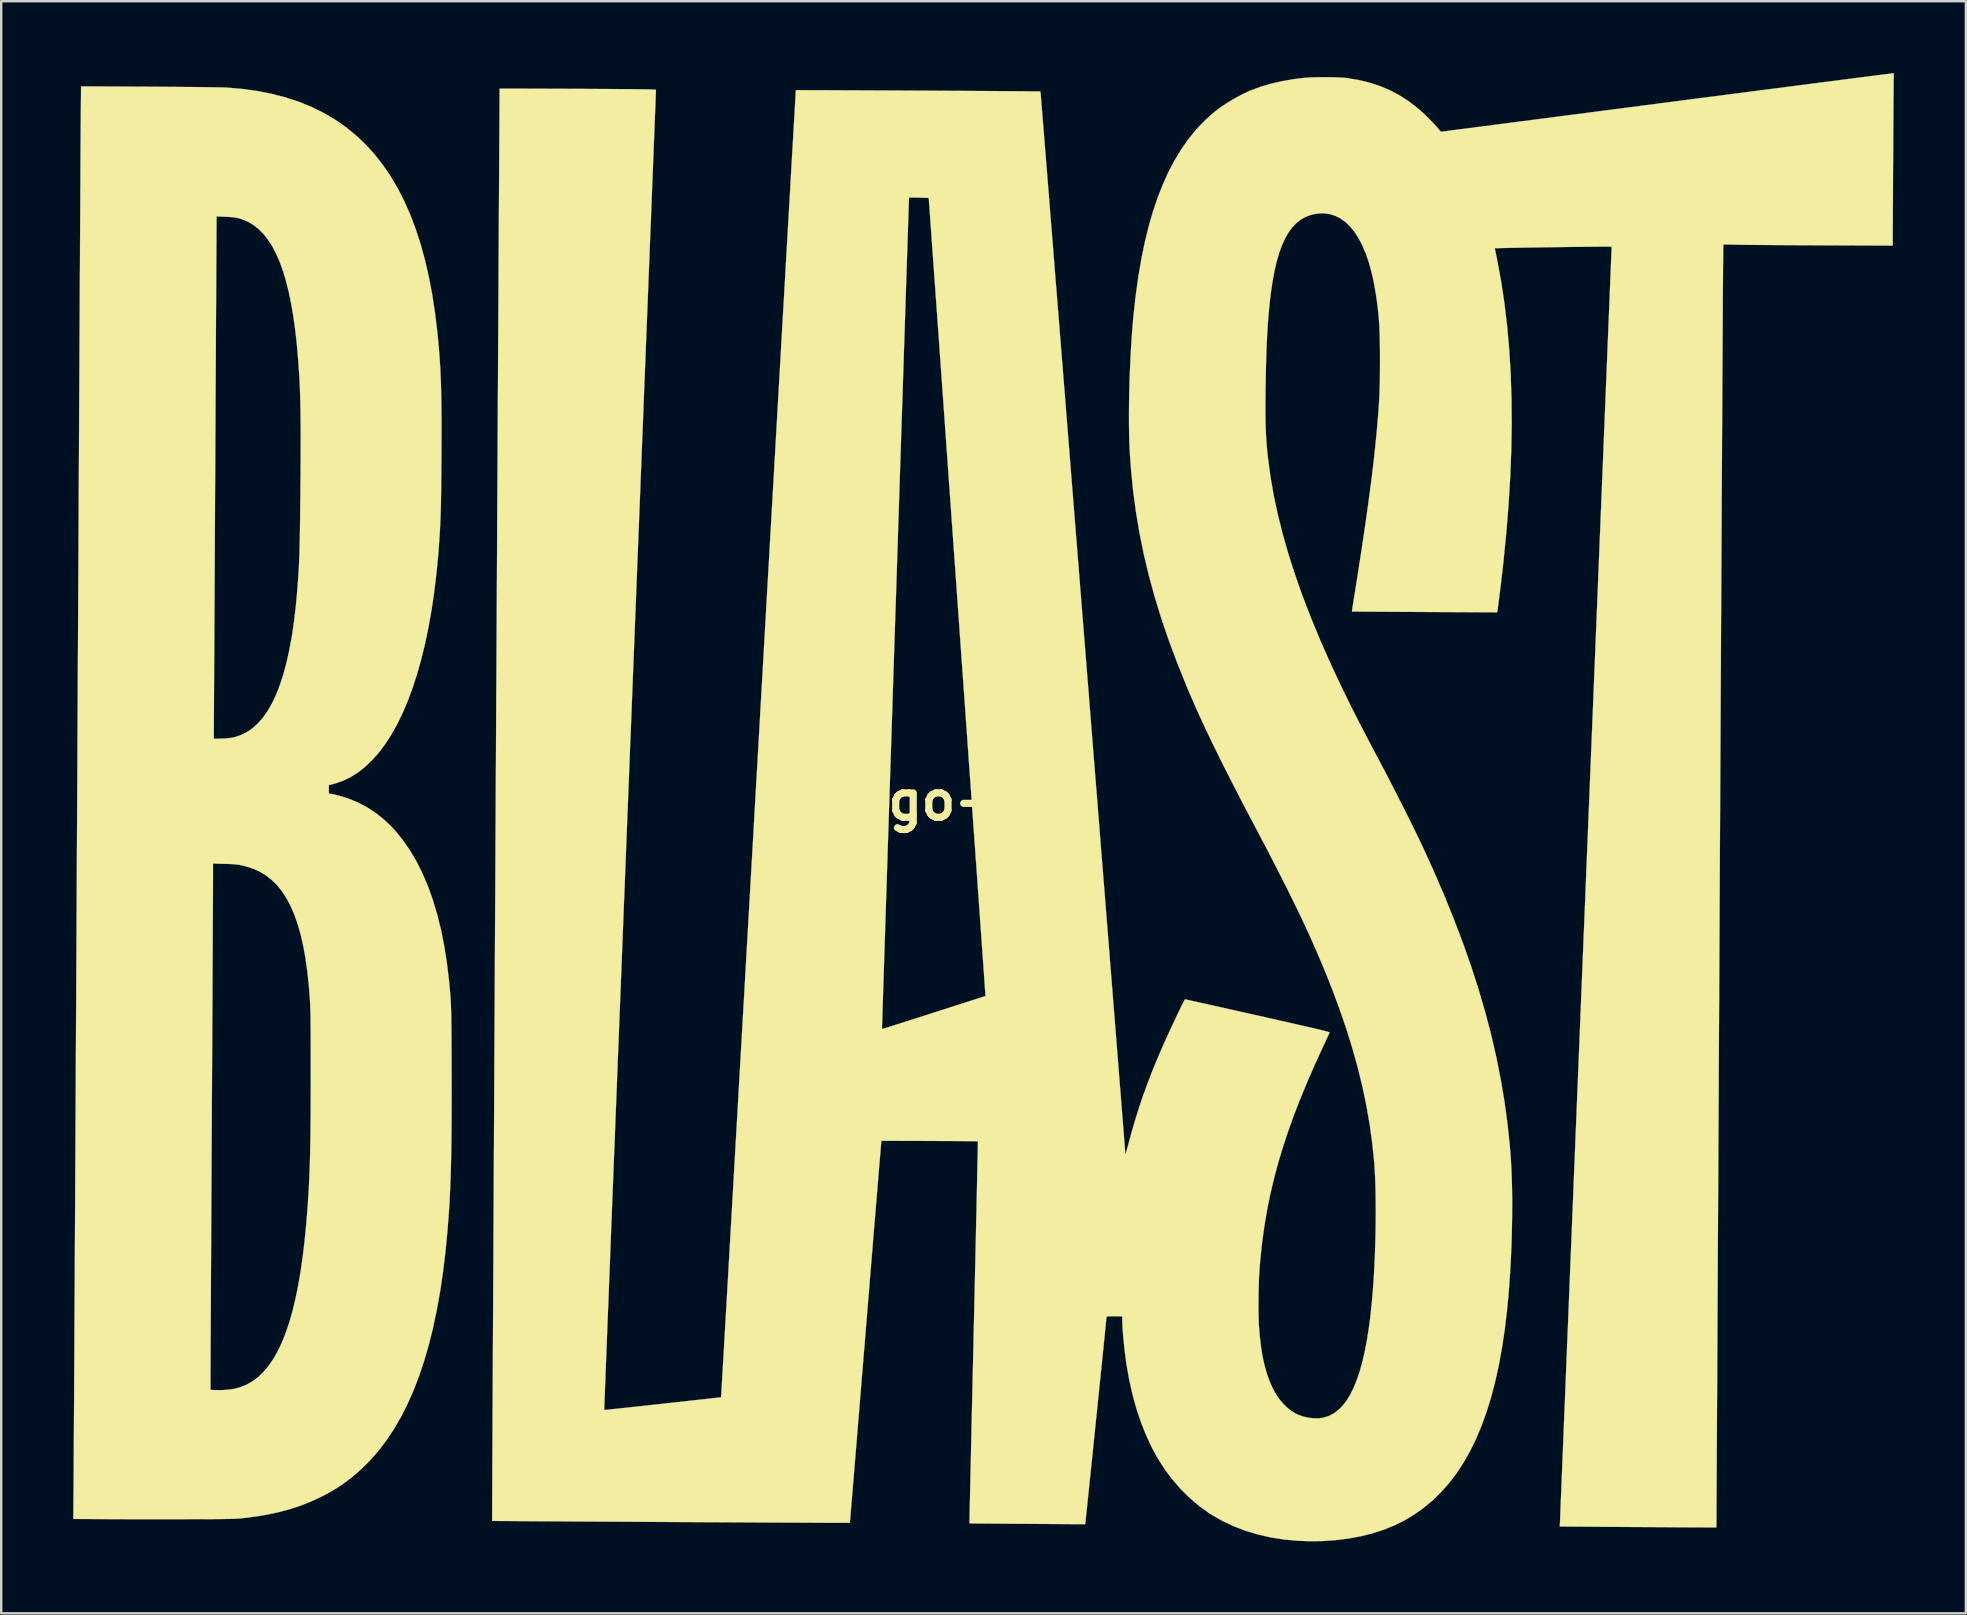
<source format=kicad_pcb>
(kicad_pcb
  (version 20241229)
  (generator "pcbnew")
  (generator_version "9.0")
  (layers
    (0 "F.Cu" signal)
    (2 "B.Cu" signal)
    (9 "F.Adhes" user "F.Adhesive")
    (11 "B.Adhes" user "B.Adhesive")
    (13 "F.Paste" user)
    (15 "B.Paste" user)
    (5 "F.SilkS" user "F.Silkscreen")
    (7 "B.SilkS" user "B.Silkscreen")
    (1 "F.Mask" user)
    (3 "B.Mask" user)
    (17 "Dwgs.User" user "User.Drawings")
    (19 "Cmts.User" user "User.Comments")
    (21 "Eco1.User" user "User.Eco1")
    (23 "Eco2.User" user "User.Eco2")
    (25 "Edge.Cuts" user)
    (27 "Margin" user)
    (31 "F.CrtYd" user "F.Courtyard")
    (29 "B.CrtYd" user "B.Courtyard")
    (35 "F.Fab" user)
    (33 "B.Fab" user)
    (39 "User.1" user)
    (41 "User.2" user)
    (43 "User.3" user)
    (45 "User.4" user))
  (footprint "logo-big"
    (layer "F.Cu")
    (at 36.962 30.316)
    (property "Reference" "logo-big" (at 0 0 0) (layer "F.SilkS") (effects (font (size 1.524 1.524) (thickness 0.3))))
    (attr through_hole)
    (fp_poly (pts (xy -33.777 -29.753) (xy -33.426 -29.751) (xy -33.082 -29.748) (xy -32.748 -29.746) (xy -32.428 -29.743) (xy -32.123 -29.741) (xy -31.836 -29.738) (xy -31.572 -29.735) (xy -31.331 -29.732) (xy -31.118 -29.729) (xy -30.935 -29.726) (xy -30.785 -29.723) (xy -30.67 -29.72) (xy -30.594 -29.718) (xy -30.579 -29.717) (xy -29.915 -29.66) (xy -29.281 -29.571) (xy -28.675 -29.452) (xy -28.097 -29.302) (xy -27.545 -29.12) (xy -27.021 -28.906) (xy -26.523 -28.66) (xy -26.051 -28.382) (xy -25.605 -28.072) (xy -25.183 -27.729) (xy -24.786 -27.354) (xy -24.414 -26.945) (xy -24.396 -26.924) (xy -24.055 -26.49) (xy -23.737 -26.024) (xy -23.442 -25.525) (xy -23.17 -24.992) (xy -22.919 -24.425) (xy -22.691 -23.825) (xy -22.485 -23.19) (xy -22.301 -22.52) (xy -22.139 -21.816) (xy -21.999 -21.075) (xy -21.881 -20.3) (xy -21.784 -19.488) (xy -21.749 -19.135) (xy -21.726 -18.868) (xy -21.705 -18.607) (xy -21.687 -18.347) (xy -21.671 -18.086) (xy -21.657 -17.819) (xy -21.645 -17.543) (xy -21.635 -17.255) (xy -21.628 -16.952) (xy -21.622 -16.628) (xy -21.618 -16.282) (xy -21.615 -15.909) (xy -21.614 -15.507) (xy -21.615 -15.07) (xy -21.617 -14.597) (xy -21.618 -14.351) (xy -21.621 -13.956) (xy -21.623 -13.6) (xy -21.626 -13.279) (xy -21.63 -12.989) (xy -21.633 -12.727) (xy -21.637 -12.488) (xy -21.642 -12.271) (xy -21.647 -12.069) (xy -21.653 -11.881) (xy -21.66 -11.702) (xy -21.667 -11.529) (xy -21.676 -11.358) (xy -21.685 -11.186) (xy -21.696 -11.008) (xy -21.696 -11.007) (xy -21.756 -10.193) (xy -21.833 -9.406) (xy -21.926 -8.646) (xy -22.035 -7.915) (xy -22.16 -7.213) (xy -22.301 -6.541) (xy -22.457 -5.9) (xy -22.628 -5.292) (xy -22.814 -4.717) (xy -23.014 -4.176) (xy -23.228 -3.669) (xy -23.457 -3.199) (xy -23.698 -2.765) (xy -23.954 -2.369) (xy -24.222 -2.011) (xy -24.5 -1.697) (xy -24.787 -1.422) (xy -25.081 -1.188) (xy -25.384 -0.995) (xy -25.696 -0.841) (xy -26.018 -0.726) (xy -26.157 -0.689) (xy -26.31 -0.652) (xy -26.31 -0.3) (xy -26.22 -0.286) (xy -26.159 -0.274) (xy -26.072 -0.255) (xy -25.974 -0.232) (xy -25.928 -0.221) (xy -25.509 -0.095) (xy -25.107 0.07) (xy -24.721 0.273) (xy -24.354 0.513) (xy -24.005 0.791) (xy -23.677 1.105) (xy -23.498 1.302) (xy -23.19 1.688) (xy -22.903 2.11) (xy -22.637 2.568) (xy -22.393 3.061) (xy -22.171 3.589) (xy -21.971 4.151) (xy -21.793 4.747) (xy -21.637 5.376) (xy -21.504 6.037) (xy -21.394 6.731) (xy -21.307 7.456) (xy -21.305 7.472) (xy -21.29 7.624) (xy -21.276 7.765) (xy -21.264 7.897) (xy -21.253 8.024) (xy -21.244 8.148) (xy -21.235 8.273) (xy -21.228 8.402) (xy -21.222 8.538) (xy -21.217 8.684) (xy -21.212 8.844) (xy -21.208 9.021) (xy -21.205 9.217) (xy -21.203 9.436) (xy -21.2 9.682) (xy -21.198 9.957) (xy -21.197 10.264) (xy -21.195 10.607) (xy -21.194 10.989) (xy -21.194 11.028) (xy -21.192 11.649) (xy -21.191 12.231) (xy -21.192 12.775) (xy -21.194 13.285) (xy -21.198 13.763) (xy -21.203 14.211) (xy -21.209 14.633) (xy -21.217 15.03) (xy -21.227 15.405) (xy -21.238 15.761) (xy -21.251 16.101) (xy -21.266 16.426) (xy -21.282 16.74) (xy -21.294 16.944) (xy -21.362 17.875) (xy -21.447 18.768) (xy -21.55 19.623) (xy -21.671 20.441) (xy -21.81 21.221) (xy -21.968 21.966) (xy -22.144 22.674) (xy -22.339 23.346) (xy -22.552 23.984) (xy -22.785 24.586) (xy -23.037 25.153) (xy -23.308 25.686) (xy -23.598 26.186) (xy -23.908 26.652) (xy -24.238 27.085) (xy -24.587 27.485) (xy -24.957 27.853) (xy -25.346 28.189) (xy -25.518 28.323) (xy -25.749 28.49) (xy -25.973 28.64) (xy -26.203 28.778) (xy -26.45 28.914) (xy -26.681 29.031) (xy -27.08 29.214) (xy -27.489 29.375) (xy -27.912 29.515) (xy -28.355 29.635) (xy -28.822 29.737) (xy -29.317 29.822) (xy -29.847 29.89) (xy -29.94 29.9) (xy -30.003 29.907) (xy -30.069 29.912) (xy -30.142 29.917) (xy -30.225 29.921) (xy -30.321 29.925) (xy -30.432 29.928) (xy -30.561 29.93) (xy -30.712 29.932) (xy -30.887 29.934) (xy -31.089 29.936) (xy -31.321 29.937) (xy -31.586 29.938) (xy -31.887 29.938) (xy -32.226 29.939) (xy -32.332 29.939) (xy -32.66 29.94) (xy -33.002 29.94) (xy -33.352 29.94) (xy -33.705 29.94) (xy -34.054 29.939) (xy -34.393 29.939) (xy -34.718 29.939) (xy -35.021 29.938) (xy -35.297 29.937) (xy -35.54 29.936) (xy -35.671 29.936) (xy -36.957 29.929) (xy -36.945 28.58) (xy -36.945 28.505) (xy -36.944 28.388) (xy -36.943 28.231) (xy -36.942 28.034) (xy -36.94 27.798) (xy -36.939 27.524) (xy -36.937 27.213) (xy -36.935 26.865) (xy -36.933 26.482) (xy -36.931 26.064) (xy -36.928 25.612) (xy -36.925 25.128) (xy -36.923 24.611) (xy -36.922 24.552) (xy -31.242 24.552) (xy -31.057 24.559) (xy -30.76 24.561) (xy -30.481 24.541) (xy -30.26 24.508) (xy -29.988 24.436) (xy -29.728 24.329) (xy -29.482 24.187) (xy -29.249 24.011) (xy -29.028 23.798) (xy -28.82 23.55) (xy -28.624 23.265) (xy -28.441 22.944) (xy -28.27 22.585) (xy -28.11 22.189) (xy -27.963 21.755) (xy -27.827 21.283) (xy -27.703 20.773) (xy -27.59 20.223) (xy -27.488 19.635) (xy -27.398 19.006) (xy -27.318 18.338) (xy -27.249 17.629) (xy -27.211 17.156) (xy -27.19 16.873) (xy -27.171 16.597) (xy -27.154 16.325) (xy -27.139 16.052) (xy -27.126 15.777) (xy -27.114 15.495) (xy -27.103 15.204) (xy -27.094 14.9) (xy -27.087 14.581) (xy -27.08 14.242) (xy -27.075 13.882) (xy -27.071 13.495) (xy -27.067 13.081) (xy -27.065 12.634) (xy -27.064 12.153) (xy -27.063 11.633) (xy -27.063 11.472) (xy -27.063 11.06) (xy -27.063 10.688) (xy -27.063 10.352) (xy -27.064 10.05) (xy -27.065 9.779) (xy -27.066 9.535) (xy -27.068 9.317) (xy -27.07 9.121) (xy -27.073 8.944) (xy -27.077 8.784) (xy -27.082 8.637) (xy -27.087 8.501) (xy -27.093 8.372) (xy -27.1 8.249) (xy -27.109 8.127) (xy -27.118 8.005) (xy -27.128 7.879) (xy -27.14 7.746) (xy -27.147 7.662) (xy -27.21 7.076) (xy -27.288 6.529) (xy -27.381 6.021) (xy -27.49 5.551) (xy -27.615 5.118) (xy -27.756 4.723) (xy -27.913 4.364) (xy -28.087 4.042) (xy -28.277 3.755) (xy -28.483 3.503) (xy -28.702 3.291) (xy -28.928 3.115) (xy -29.167 2.968) (xy -29.424 2.848) (xy -29.707 2.752) (xy -29.966 2.687) (xy -30.051 2.671) (xy -30.142 2.658) (xy -30.246 2.648) (xy -30.37 2.64) (xy -30.524 2.634) (xy -30.655 2.631) (xy -31.136 2.619) (xy -31.136 3.252) (xy -31.137 3.315) (xy -31.137 3.418) (xy -31.137 3.562) (xy -31.138 3.743) (xy -31.139 3.961) (xy -31.14 4.214) (xy -31.142 4.501) (xy -31.143 4.82) (xy -31.145 5.17) (xy -31.147 5.55) (xy -31.149 5.957) (xy -31.151 6.391) (xy -31.153 6.851) (xy -31.156 7.334) (xy -31.158 7.839) (xy -31.161 8.365) (xy -31.164 8.911) (xy -31.167 9.474) (xy -31.17 10.054) (xy -31.173 10.65) (xy -31.176 11.258) (xy -31.179 11.88) (xy -31.183 12.512) (xy -31.186 13.153) (xy -31.189 13.695) (xy -31.193 14.342) (xy -31.196 14.98) (xy -31.199 15.609) (xy -31.203 16.226) (xy -31.206 16.83) (xy -31.209 17.42) (xy -31.212 17.994) (xy -31.215 18.551) (xy -31.217 19.089) (xy -31.22 19.608) (xy -31.223 20.105) (xy -31.225 20.579) (xy -31.227 21.03) (xy -31.23 21.454) (xy -31.232 21.852) (xy -31.233 22.221) (xy -31.235 22.56) (xy -31.237 22.869) (xy -31.238 23.144) (xy -31.239 23.386) (xy -31.24 23.592) (xy -31.241 23.761) (xy -31.241 23.892) (xy -31.242 23.983) (xy -31.242 24.029) (xy -31.242 24.552) (xy -36.922 24.552) (xy -36.92 24.063) (xy -36.917 23.484) (xy -36.913 22.876) (xy -36.91 22.239) (xy -36.907 21.574) (xy -36.903 20.883) (xy -36.899 20.165) (xy -36.895 19.421) (xy -36.891 18.654) (xy -36.887 17.862) (xy -36.883 17.048) (xy -36.879 16.212) (xy -36.874 15.355) (xy -36.87 14.477) (xy -36.865 13.58) (xy -36.86 12.665) (xy -36.855 11.732) (xy -36.851 10.782) (xy -36.846 9.816) (xy -36.841 8.835) (xy -36.835 7.84) (xy -36.83 6.831) (xy -36.825 5.81) (xy -36.82 4.777) (xy -36.815 3.733) (xy -36.809 2.679) (xy -36.804 1.616) (xy -36.798 0.545) (xy -36.798 0.392) (xy -36.792 -0.683) (xy -36.787 -1.749) (xy -36.783 -2.577) (xy -31.104 -2.577) (xy -30.766 -2.588) (xy -30.611 -2.595) (xy -30.487 -2.605) (xy -30.381 -2.619) (xy -30.282 -2.638) (xy -30.225 -2.652) (xy -29.972 -2.736) (xy -29.737 -2.851) (xy -29.514 -3.002) (xy -29.298 -3.191) (xy -29.261 -3.228) (xy -29.052 -3.466) (xy -28.856 -3.744) (xy -28.674 -4.063) (xy -28.505 -4.422) (xy -28.349 -4.821) (xy -28.206 -5.26) (xy -28.076 -5.74) (xy -27.96 -6.259) (xy -27.856 -6.819) (xy -27.766 -7.419) (xy -27.689 -8.059) (xy -27.626 -8.739) (xy -27.592 -9.197) (xy -27.581 -9.361) (xy -27.571 -9.517) (xy -27.562 -9.668) (xy -27.554 -9.817) (xy -27.547 -9.968) (xy -27.541 -10.122) (xy -27.535 -10.285) (xy -27.53 -10.458) (xy -27.525 -10.645) (xy -27.52 -10.85) (xy -27.516 -11.074) (xy -27.512 -11.323) (xy -27.508 -11.598) (xy -27.505 -11.902) (xy -27.501 -12.24) (xy -27.497 -12.615) (xy -27.493 -12.986) (xy -27.488 -13.528) (xy -27.485 -14.031) (xy -27.483 -14.496) (xy -27.482 -14.926) (xy -27.482 -15.325) (xy -27.484 -15.693) (xy -27.487 -16.035) (xy -27.492 -16.352) (xy -27.498 -16.647) (xy -27.506 -16.922) (xy -27.515 -17.181) (xy -27.526 -17.425) (xy -27.538 -17.657) (xy -27.538 -17.664) (xy -27.584 -18.353) (xy -27.641 -19.003) (xy -27.709 -19.612) (xy -27.788 -20.182) (xy -27.879 -20.713) (xy -27.981 -21.205) (xy -28.094 -21.66) (xy -28.22 -22.077) (xy -28.358 -22.457) (xy -28.508 -22.8) (xy -28.67 -23.108) (xy -28.845 -23.38) (xy -29.034 -23.618) (xy -29.235 -23.821) (xy -29.449 -23.99) (xy -29.678 -24.125) (xy -29.919 -24.228) (xy -30.136 -24.29) (xy -30.208 -24.302) (xy -30.31 -24.314) (xy -30.432 -24.324) (xy -30.563 -24.332) (xy -30.633 -24.335) (xy -30.988 -24.348) (xy -30.99 -24.106) (xy -30.99 -24.07) (xy -30.99 -23.993) (xy -30.991 -23.876) (xy -30.992 -23.72) (xy -30.993 -23.528) (xy -30.994 -23.3) (xy -30.996 -23.037) (xy -30.997 -22.741) (xy -30.999 -22.412) (xy -31.001 -22.054) (xy -31.003 -21.666) (xy -31.005 -21.25) (xy -31.007 -20.807) (xy -31.01 -20.339) (xy -31.013 -19.847) (xy -31.015 -19.332) (xy -31.018 -18.795) (xy -31.021 -18.239) (xy -31.024 -17.663) (xy -31.027 -17.07) (xy -31.031 -16.461) (xy -31.034 -15.836) (xy -31.037 -15.198) (xy -31.041 -14.547) (xy -31.044 -13.886) (xy -31.048 -13.221) (xy -31.104 -2.577) (xy -36.783 -2.577) (xy -36.781 -2.807) (xy -36.776 -3.855) (xy -36.771 -4.893) (xy -36.766 -5.92) (xy -36.76 -6.935) (xy -36.755 -7.937) (xy -36.75 -8.925) (xy -36.745 -9.898) (xy -36.74 -10.856) (xy -36.735 -11.798) (xy -36.731 -12.722) (xy -36.726 -13.628) (xy -36.721 -14.515) (xy -36.717 -15.383) (xy -36.713 -16.23) (xy -36.708 -17.055) (xy -36.704 -17.857) (xy -36.7 -18.637) (xy -36.696 -19.392) (xy -36.692 -20.123) (xy -36.688 -20.827) (xy -36.685 -21.505) (xy -36.681 -22.155) (xy -36.678 -22.777) (xy -36.675 -23.369) (xy -36.672 -23.931) (xy -36.669 -24.463) (xy -36.666 -24.962) (xy -36.664 -25.428) (xy -36.661 -25.861) (xy -36.659 -26.26) (xy -36.657 -26.623) (xy -36.655 -26.949) (xy -36.654 -27.239) (xy -36.652 -27.491) (xy -36.651 -27.704) (xy -36.65 -27.877) (xy -36.649 -28.01) (xy -36.648 -28.101) (xy -36.648 -28.107) (xy -36.634 -29.767) (xy -33.777 -29.753)) (stroke (width 0.01) (type solid)) (fill yes) (layer "F.SilkS"))
    (fp_poly (pts (xy 38.892 -29.321) (xy 38.89 -29.168) (xy 38.889 -28.977) (xy 38.887 -28.751) (xy 38.886 -28.495) (xy 38.884 -28.213) (xy 38.882 -27.909) (xy 38.88 -27.587) (xy 38.878 -27.25) (xy 38.876 -26.904) (xy 38.874 -26.551) (xy 38.872 -26.196) (xy 38.87 -25.844) (xy 38.87 -25.732) (xy 38.857 -23.132) (xy 35.944 -23.144) (xy 35.583 -23.146) (xy 35.226 -23.148) (xy 34.876 -23.149) (xy 34.536 -23.151) (xy 34.209 -23.153) (xy 33.898 -23.155) (xy 33.606 -23.157) (xy 33.337 -23.159) (xy 33.094 -23.161) (xy 32.879 -23.163) (xy 32.697 -23.165) (xy 32.549 -23.166) (xy 32.439 -23.168) (xy 32.414 -23.169) (xy 31.797 -23.18) (xy 31.784 -21.692) (xy 31.783 -21.609) (xy 31.782 -21.485) (xy 31.781 -21.321) (xy 31.78 -21.116) (xy 31.778 -20.873) (xy 31.777 -20.592) (xy 31.775 -20.274) (xy 31.773 -19.92) (xy 31.771 -19.531) (xy 31.768 -19.107) (xy 31.766 -18.65) (xy 31.763 -18.16) (xy 31.76 -17.638) (xy 31.757 -17.086) (xy 31.754 -16.504) (xy 31.751 -15.893) (xy 31.747 -15.253) (xy 31.744 -14.587) (xy 31.74 -13.894) (xy 31.736 -13.175) (xy 31.732 -12.432) (xy 31.728 -11.665) (xy 31.724 -10.875) (xy 31.72 -10.064) (xy 31.715 -9.231) (xy 31.711 -8.378) (xy 31.706 -7.506) (xy 31.701 -6.615) (xy 31.697 -5.707) (xy 31.692 -4.782) (xy 31.687 -3.842) (xy 31.682 -2.887) (xy 31.677 -1.917) (xy 31.672 -0.935) (xy 31.667 0.06) (xy 31.662 1.065) (xy 31.656 2.082) (xy 31.651 3.108) (xy 31.646 4.142) (xy 31.641 5.038) (xy 31.636 6.071) (xy 31.631 7.094) (xy 31.626 8.106) (xy 31.621 9.106) (xy 31.615 10.093) (xy 31.61 11.067) (xy 31.606 12.026) (xy 31.601 12.971) (xy 31.596 13.899) (xy 31.591 14.811) (xy 31.587 15.705) (xy 31.582 16.58) (xy 31.578 17.437) (xy 31.573 18.273) (xy 31.569 19.088) (xy 31.565 19.882) (xy 31.561 20.653) (xy 31.557 21.401) (xy 31.553 22.124) (xy 31.55 22.823) (xy 31.546 23.496) (xy 31.543 24.142) (xy 31.54 24.76) (xy 31.536 25.351) (xy 31.533 25.912) (xy 31.531 26.444) (xy 31.528 26.944) (xy 31.526 27.413) (xy 31.523 27.85) (xy 31.521 28.253) (xy 31.519 28.623) (xy 31.517 28.957) (xy 31.516 29.256) (xy 31.514 29.519) (xy 31.513 29.744) (xy 31.512 29.931) (xy 31.511 30.079) (xy 31.51 30.187) (xy 31.51 30.255) (xy 31.51 30.281) (xy 31.51 30.282) (xy 31.488 30.282) (xy 31.428 30.282) (xy 31.33 30.282) (xy 31.199 30.281) (xy 31.036 30.281) (xy 30.845 30.28) (xy 30.628 30.279) (xy 30.389 30.278) (xy 30.129 30.276) (xy 29.853 30.275) (xy 29.562 30.273) (xy 29.259 30.271) (xy 28.947 30.269) (xy 28.629 30.268) (xy 28.308 30.266) (xy 27.987 30.264) (xy 27.667 30.262) (xy 27.353 30.26) (xy 27.047 30.258) (xy 26.751 30.256) (xy 26.468 30.254) (xy 26.202 30.252) (xy 25.955 30.25) (xy 25.729 30.248) (xy 25.529 30.247) (xy 25.355 30.246) (xy 25.212 30.244) (xy 25.101 30.243) (xy 25.026 30.242) (xy 24.99 30.242) (xy 24.987 30.241) (xy 24.988 30.22) (xy 24.99 30.158) (xy 24.994 30.054) (xy 25 29.911) (xy 25.007 29.728) (xy 25.016 29.508) (xy 25.026 29.249) (xy 25.038 28.954) (xy 25.051 28.624) (xy 25.066 28.258) (xy 25.082 27.857) (xy 25.1 27.423) (xy 25.119 26.957) (xy 25.139 26.458) (xy 25.16 25.929) (xy 25.183 25.369) (xy 25.207 24.779) (xy 25.232 24.161) (xy 25.258 23.515) (xy 25.285 22.841) (xy 25.313 22.142) (xy 25.343 21.417) (xy 25.373 20.667) (xy 25.404 19.893) (xy 25.436 19.096) (xy 25.47 18.276) (xy 25.504 17.435) (xy 25.539 16.574) (xy 25.574 15.692) (xy 25.611 14.791) (xy 25.648 13.872) (xy 25.686 12.935) (xy 25.725 11.981) (xy 25.764 11.012) (xy 25.804 10.027) (xy 25.844 9.028) (xy 25.885 8.015) (xy 25.927 6.99) (xy 25.969 5.952) (xy 26.012 4.904) (xy 26.055 3.845) (xy 26.065 3.577) (xy 27.147 -23.082) (xy 27.072 -23.09) (xy 27.04 -23.091) (xy 26.969 -23.091) (xy 26.862 -23.09) (xy 26.724 -23.09) (xy 26.557 -23.088) (xy 26.365 -23.086) (xy 26.151 -23.084) (xy 25.919 -23.082) (xy 25.673 -23.079) (xy 25.415 -23.076) (xy 25.15 -23.072) (xy 24.88 -23.069) (xy 24.609 -23.065) (xy 24.341 -23.061) (xy 24.079 -23.057) (xy 23.827 -23.053) (xy 23.587 -23.049) (xy 23.364 -23.046) (xy 23.161 -23.042) (xy 22.981 -23.039) (xy 22.912 -23.037) (xy 22.275 -23.024) (xy 22.365 -22.586) (xy 22.532 -21.689) (xy 22.672 -20.766) (xy 22.787 -19.814) (xy 22.875 -18.834) (xy 22.936 -17.826) (xy 22.972 -16.788) (xy 22.981 -15.719) (xy 22.963 -14.621) (xy 22.919 -13.491) (xy 22.85 -12.33) (xy 22.753 -11.137) (xy 22.631 -9.911) (xy 22.616 -9.779) (xy 22.597 -9.605) (xy 22.575 -9.417) (xy 22.552 -9.221) (xy 22.528 -9.022) (xy 22.504 -8.824) (xy 22.48 -8.633) (xy 22.458 -8.453) (xy 22.437 -8.29) (xy 22.419 -8.148) (xy 22.403 -8.033) (xy 22.391 -7.949) (xy 22.383 -7.902) (xy 22.383 -7.899) (xy 22.372 -7.85) (xy 19.351 -7.865) (xy 18.997 -7.867) (xy 18.654 -7.869) (xy 18.326 -7.87) (xy 18.014 -7.872) (xy 17.721 -7.874) (xy 17.45 -7.875) (xy 17.201 -7.877) (xy 16.979 -7.878) (xy 16.786 -7.879) (xy 16.622 -7.881) (xy 16.492 -7.882) (xy 16.398 -7.883) (xy 16.341 -7.883) (xy 16.325 -7.884) (xy 16.327 -7.905) (xy 16.335 -7.963) (xy 16.348 -8.053) (xy 16.366 -8.171) (xy 16.388 -8.311) (xy 16.413 -8.469) (xy 16.435 -8.606) (xy 16.567 -9.433) (xy 16.689 -10.22) (xy 16.802 -10.968) (xy 16.906 -11.678) (xy 17 -12.351) (xy 17.086 -12.989) (xy 17.163 -13.592) (xy 17.231 -14.162) (xy 17.29 -14.7) (xy 17.341 -15.206) (xy 17.376 -15.589) (xy 17.403 -15.906) (xy 17.426 -16.192) (xy 17.444 -16.457) (xy 17.459 -16.707) (xy 17.471 -16.951) (xy 17.48 -17.198) (xy 17.486 -17.456) (xy 17.49 -17.732) (xy 17.492 -18.036) (xy 17.493 -18.32) (xy 17.492 -18.68) (xy 17.489 -19.005) (xy 17.484 -19.298) (xy 17.475 -19.567) (xy 17.463 -19.818) (xy 17.447 -20.055) (xy 17.428 -20.285) (xy 17.403 -20.514) (xy 17.374 -20.748) (xy 17.34 -20.992) (xy 17.323 -21.103) (xy 17.24 -21.58) (xy 17.141 -22.023) (xy 17.028 -22.431) (xy 16.9 -22.803) (xy 16.757 -23.14) (xy 16.601 -23.44) (xy 16.431 -23.703) (xy 16.248 -23.929) (xy 16.052 -24.116) (xy 15.843 -24.265) (xy 15.622 -24.376) (xy 15.39 -24.446) (xy 15.146 -24.477) (xy 14.895 -24.468) (xy 14.656 -24.424) (xy 14.433 -24.347) (xy 14.226 -24.238) (xy 14.034 -24.095) (xy 13.858 -23.917) (xy 13.697 -23.703) (xy 13.55 -23.454) (xy 13.417 -23.168) (xy 13.298 -22.845) (xy 13.191 -22.484) (xy 13.097 -22.084) (xy 13.016 -21.644) (xy 12.967 -21.321) (xy 12.923 -20.988) (xy 12.885 -20.644) (xy 12.851 -20.285) (xy 12.821 -19.908) (xy 12.796 -19.508) (xy 12.774 -19.083) (xy 12.756 -18.629) (xy 12.742 -18.141) (xy 12.731 -17.618) (xy 12.725 -17.251) (xy 12.721 -16.88) (xy 12.718 -16.546) (xy 12.718 -16.244) (xy 12.72 -15.97) (xy 12.724 -15.718) (xy 12.731 -15.484) (xy 12.741 -15.262) (xy 12.754 -15.047) (xy 12.77 -14.835) (xy 12.789 -14.62) (xy 12.812 -14.398) (xy 12.829 -14.245) (xy 12.931 -13.485) (xy 13.067 -12.708) (xy 13.237 -11.915) (xy 13.441 -11.103) (xy 13.678 -10.273) (xy 13.951 -9.424) (xy 14.257 -8.554) (xy 14.599 -7.663) (xy 14.976 -6.751) (xy 15.215 -6.202) (xy 15.394 -5.804) (xy 15.575 -5.408) (xy 15.762 -5.01) (xy 15.955 -4.605) (xy 16.158 -4.19) (xy 16.372 -3.761) (xy 16.599 -3.314) (xy 16.842 -2.844) (xy 17.102 -2.347) (xy 17.38 -1.82) (xy 17.493 -1.609) (xy 17.61 -1.387) (xy 17.74 -1.14) (xy 17.878 -0.873) (xy 18.024 -0.59) (xy 18.174 -0.297) (xy 18.325 0.002) (xy 18.476 0.3) (xy 18.623 0.593) (xy 18.765 0.877) (xy 18.898 1.145) (xy 19.019 1.393) (xy 19.127 1.616) (xy 19.219 1.808) (xy 19.25 1.873) (xy 19.727 2.919) (xy 20.169 3.944) (xy 20.576 4.948) (xy 20.951 5.936) (xy 21.292 6.907) (xy 21.601 7.865) (xy 21.877 8.81) (xy 22.123 9.746) (xy 22.337 10.674) (xy 22.521 11.596) (xy 22.676 12.513) (xy 22.801 13.428) (xy 22.898 14.343) (xy 22.934 14.774) (xy 22.962 15.225) (xy 22.983 15.71) (xy 22.996 16.226) (xy 23.001 16.767) (xy 22.998 17.325) (xy 22.989 17.896) (xy 22.972 18.475) (xy 22.948 19.054) (xy 22.917 19.628) (xy 22.879 20.192) (xy 22.834 20.74) (xy 22.784 21.251) (xy 22.689 22.05) (xy 22.574 22.81) (xy 22.442 23.533) (xy 22.29 24.22) (xy 22.119 24.87) (xy 21.928 25.484) (xy 21.718 26.063) (xy 21.489 26.606) (xy 21.239 27.116) (xy 20.968 27.591) (xy 20.678 28.033) (xy 20.366 28.441) (xy 20.033 28.817) (xy 19.68 29.161) (xy 19.305 29.472) (xy 18.908 29.753) (xy 18.529 29.981) (xy 18.114 30.189) (xy 17.669 30.37) (xy 17.197 30.523) (xy 16.701 30.649) (xy 16.184 30.745) (xy 15.65 30.812) (xy 15.1 30.85) (xy 14.539 30.856) (xy 14.073 30.839) (xy 13.5 30.786) (xy 12.945 30.699) (xy 12.408 30.577) (xy 11.893 30.423) (xy 11.4 30.235) (xy 10.932 30.014) (xy 10.49 29.762) (xy 10.337 29.663) (xy 9.928 29.364) (xy 9.538 29.03) (xy 9.169 28.661) (xy 8.824 28.262) (xy 8.558 27.908) (xy 8.271 27.468) (xy 8.007 26.993) (xy 7.766 26.485) (xy 7.549 25.946) (xy 7.357 25.378) (xy 7.19 24.781) (xy 7.048 24.158) (xy 6.934 23.51) (xy 6.912 23.368) (xy 6.884 23.156) (xy 6.856 22.929) (xy 6.83 22.697) (xy 6.807 22.465) (xy 6.787 22.241) (xy 6.771 22.033) (xy 6.759 21.849) (xy 6.753 21.694) (xy 6.752 21.627) (xy 6.752 21.484) (xy 6.424 21.484) (xy 6.292 21.485) (xy 6.198 21.488) (xy 6.137 21.493) (xy 6.105 21.501) (xy 6.096 21.511) (xy 6.094 21.535) (xy 6.088 21.599) (xy 6.078 21.701) (xy 6.064 21.837) (xy 6.047 22.005) (xy 6.027 22.204) (xy 6.004 22.43) (xy 5.979 22.681) (xy 5.951 22.955) (xy 5.921 23.249) (xy 5.889 23.561) (xy 5.855 23.889) (xy 5.82 24.229) (xy 5.784 24.58) (xy 5.747 24.938) (xy 5.71 25.303) (xy 5.672 25.671) (xy 5.634 26.039) (xy 5.597 26.406) (xy 5.559 26.769) (xy 5.523 27.126) (xy 5.487 27.473) (xy 5.452 27.81) (xy 5.419 28.132) (xy 5.387 28.438) (xy 5.357 28.726) (xy 5.33 28.992) (xy 5.304 29.235) (xy 5.282 29.453) (xy 5.262 29.641) (xy 5.246 29.799) (xy 5.232 29.924) (xy 5.223 30.013) (xy 5.217 30.065) (xy 5.216 30.076) (xy 5.204 30.148) (xy 2.798 30.133) (xy 2.483 30.131) (xy 2.179 30.129) (xy 1.891 30.127) (xy 1.619 30.125) (xy 1.368 30.123) (xy 1.139 30.121) (xy 0.935 30.119) (xy 0.76 30.117) (xy 0.615 30.116) (xy 0.503 30.114) (xy 0.427 30.113) (xy 0.39 30.112) (xy 0.387 30.112) (xy 0.387 30.091) (xy 0.388 30.028) (xy 0.39 29.927) (xy 0.393 29.787) (xy 0.396 29.611) (xy 0.401 29.4) (xy 0.406 29.156) (xy 0.412 28.879) (xy 0.419 28.572) (xy 0.426 28.235) (xy 0.434 27.871) (xy 0.443 27.481) (xy 0.452 27.066) (xy 0.462 26.627) (xy 0.472 26.167) (xy 0.483 25.686) (xy 0.494 25.187) (xy 0.506 24.67) (xy 0.518 24.137) (xy 0.531 23.589) (xy 0.543 23.029) (xy 0.556 22.457) (xy 0.563 22.153) (xy 0.577 21.576) (xy 0.589 21.009) (xy 0.602 20.454) (xy 0.614 19.913) (xy 0.626 19.388) (xy 0.638 18.879) (xy 0.649 18.388) (xy 0.659 17.917) (xy 0.669 17.467) (xy 0.679 17.039) (xy 0.687 16.635) (xy 0.696 16.257) (xy 0.703 15.906) (xy 0.71 15.583) (xy 0.716 15.29) (xy 0.722 15.029) (xy 0.727 14.8) (xy 0.731 14.605) (xy 0.734 14.446) (xy 0.736 14.324) (xy 0.737 14.241) (xy 0.737 14.198) (xy 0.737 14.192) (xy 0.715 14.191) (xy 0.654 14.19) (xy 0.556 14.188) (xy 0.425 14.187) (xy 0.263 14.185) (xy 0.073 14.184) (xy -0.141 14.183) (xy -0.377 14.181) (xy -0.632 14.18) (xy -0.904 14.179) (xy -1.188 14.178) (xy -1.276 14.177) (xy -3.281 14.171) (xy -3.291 14.235) (xy -3.293 14.26) (xy -3.299 14.326) (xy -3.308 14.432) (xy -3.32 14.575) (xy -3.335 14.755) (xy -3.353 14.969) (xy -3.374 15.217) (xy -3.397 15.496) (xy -3.422 15.806) (xy -3.45 16.145) (xy -3.481 16.511) (xy -3.513 16.903) (xy -3.547 17.32) (xy -3.584 17.76) (xy -3.622 18.221) (xy -3.661 18.702) (xy -3.702 19.202) (xy -3.745 19.719) (xy -3.788 20.252) (xy -3.833 20.799) (xy -3.879 21.358) (xy -3.926 21.929) (xy -3.947 22.192) (xy -3.994 22.766) (xy -4.041 23.33) (xy -4.086 23.882) (xy -4.13 24.42) (xy -4.173 24.942) (xy -4.214 25.448) (xy -4.255 25.936) (xy -4.293 26.404) (xy -4.33 26.852) (xy -4.365 27.276) (xy -4.398 27.677) (xy -4.429 28.052) (xy -4.458 28.401) (xy -4.484 28.721) (xy -4.508 29.011) (xy -4.53 29.27) (xy -4.549 29.497) (xy -4.565 29.689) (xy -4.578 29.845) (xy -4.588 29.964) (xy -4.595 30.045) (xy -4.598 30.086) (xy -4.599 30.091) (xy -4.62 30.091) (xy -4.682 30.091) (xy -4.783 30.091) (xy -4.92 30.091) (xy -5.092 30.09) (xy -5.298 30.09) (xy -5.534 30.089) (xy -5.8 30.088) (xy -6.094 30.086) (xy -6.413 30.085) (xy -6.757 30.083) (xy -7.122 30.081) (xy -7.507 30.08) (xy -7.911 30.078) (xy -8.332 30.076) (xy -8.767 30.073) (xy -9.215 30.071) (xy -9.674 30.069) (xy -10.142 30.066) (xy -10.617 30.064) (xy -11.098 30.061) (xy -11.583 30.059) (xy -12.069 30.056) (xy -12.555 30.053) (xy -13.04 30.051) (xy -13.52 30.048) (xy -13.995 30.045) (xy -14.463 30.043) (xy -14.921 30.04) (xy -15.368 30.038) (xy -15.802 30.035) (xy -16.221 30.033) (xy -16.624 30.03) (xy -17.008 30.028) (xy -17.372 30.026) (xy -17.714 30.024) (xy -18.031 30.022) (xy -18.323 30.02) (xy -18.587 30.018) (xy -18.822 30.016) (xy -19.025 30.015) (xy -19.195 30.014) (xy -19.33 30.012) (xy -19.427 30.011) (xy -19.486 30.011) (xy -19.505 30.01) (xy -19.505 29.989) (xy -19.505 29.926) (xy -19.505 29.823) (xy -19.504 29.68) (xy -19.504 29.498) (xy -19.503 29.279) (xy -19.502 29.023) (xy -19.501 28.731) (xy -19.499 28.404) (xy -19.497 28.044) (xy -19.496 27.649) (xy -19.494 27.223) (xy -19.491 26.766) (xy -19.489 26.278) (xy -19.487 25.761) (xy -19.484 25.215) (xy -19.481 24.641) (xy -19.478 24.041) (xy -19.475 23.415) (xy -19.472 22.765) (xy -19.468 22.09) (xy -19.465 21.392) (xy -19.461 20.673) (xy -19.458 19.932) (xy -19.454 19.171) (xy -19.45 18.39) (xy -19.446 17.591) (xy -19.441 16.775) (xy -19.437 15.942) (xy -19.433 15.094) (xy -19.428 14.231) (xy -19.424 13.354) (xy -19.419 12.464) (xy -19.415 11.562) (xy -19.41 10.649) (xy -19.405 9.727) (xy -19.4 8.795) (xy -19.395 7.854) (xy -19.391 6.907) (xy -19.386 5.952) (xy -19.381 4.993) (xy -19.375 4.029) (xy -19.37 3.061) (xy -19.365 2.09) (xy -19.36 1.118) (xy -19.355 0.145) (xy -19.35 -0.829) (xy -19.345 -1.801) (xy -19.34 -2.771) (xy -19.335 -3.739) (xy -19.33 -4.703) (xy -19.324 -5.662) (xy -19.319 -6.616) (xy -19.314 -7.563) (xy -19.309 -8.503) (xy -19.304 -9.435) (xy -19.299 -10.357) (xy -19.295 -11.269) (xy -19.29 -12.171) (xy -19.285 -13.06) (xy -19.28 -13.936) (xy -19.276 -14.798) (xy -19.271 -15.646) (xy -19.267 -16.478) (xy -19.262 -17.293) (xy -19.258 -18.091) (xy -19.254 -18.87) (xy -19.249 -19.63) (xy -19.245 -20.37) (xy -19.241 -21.089) (xy -19.238 -21.785) (xy -19.234 -22.459) (xy -19.23 -23.108) (xy -19.227 -23.732) (xy -19.224 -24.331) (xy -19.22 -24.903) (xy -19.217 -25.447) (xy -19.214 -25.963) (xy -19.212 -26.45) (xy -19.209 -26.905) (xy -19.206 -27.33) (xy -19.204 -27.722) (xy -19.202 -28.081) (xy -19.2 -28.406) (xy -19.198 -28.696) (xy -19.197 -28.95) (xy -19.195 -29.168) (xy -19.194 -29.347) (xy -19.193 -29.488) (xy -19.192 -29.589) (xy -19.192 -29.649) (xy -19.191 -29.669) (xy -19.169 -29.67) (xy -19.107 -29.67) (xy -19.008 -29.671) (xy -18.873 -29.671) (xy -18.705 -29.671) (xy -18.506 -29.671) (xy -18.278 -29.671) (xy -18.024 -29.67) (xy -17.746 -29.669) (xy -17.447 -29.669) (xy -17.128 -29.667) (xy -16.792 -29.666) (xy -16.441 -29.665) (xy -16.078 -29.663) (xy -15.931 -29.663) (xy -15.495 -29.661) (xy -15.099 -29.659) (xy -14.742 -29.657) (xy -14.421 -29.655) (xy -14.135 -29.653) (xy -13.882 -29.652) (xy -13.659 -29.65) (xy -13.465 -29.648) (xy -13.298 -29.646) (xy -13.156 -29.644) (xy -13.037 -29.642) (xy -12.939 -29.639) (xy -12.86 -29.637) (xy -12.798 -29.634) (xy -12.752 -29.631) (xy -12.718 -29.628) (xy -12.696 -29.624) (xy -12.684 -29.62) (xy -12.679 -29.616) (xy -12.678 -29.614) (xy -12.679 -29.592) (xy -12.681 -29.528) (xy -12.686 -29.423) (xy -12.691 -29.279) (xy -12.698 -29.095) (xy -12.707 -28.873) (xy -12.717 -28.613) (xy -12.729 -28.317) (xy -12.742 -27.985) (xy -12.756 -27.617) (xy -12.772 -27.215) (xy -12.789 -26.779) (xy -12.808 -26.311) (xy -12.827 -25.81) (xy -12.848 -25.278) (xy -12.87 -24.716) (xy -12.893 -24.123) (xy -12.918 -23.502) (xy -12.943 -22.853) (xy -12.97 -22.177) (xy -12.998 -21.473) (xy -13.026 -20.745) (xy -13.056 -19.991) (xy -13.087 -19.213) (xy -13.118 -18.411) (xy -13.151 -17.587) (xy -13.184 -16.741) (xy -13.218 -15.874) (xy -13.253 -14.987) (xy -13.289 -14.08) (xy -13.325 -13.154) (xy -13.362 -12.211) (xy -13.4 -11.251) (xy -13.439 -10.274) (xy -13.478 -9.281) (xy -13.517 -8.274) (xy -13.558 -7.253) (xy -13.598 -6.219) (xy -13.64 -5.172) (xy -13.681 -4.114) (xy -13.723 -3.045) (xy -13.761 -2.1) (xy -13.803 -1.022) (xy -13.845 0.045) (xy -13.887 1.102) (xy -13.928 2.147) (xy -13.968 3.18) (xy -14.009 4.199) (xy -14.048 5.204) (xy -14.087 6.194) (xy -14.125 7.168) (xy -14.163 8.126) (xy -14.2 9.067) (xy -14.236 9.99) (xy -14.272 10.894) (xy -14.306 11.778) (xy -14.34 12.642) (xy -14.373 13.485) (xy -14.405 14.305) (xy -14.437 15.103) (xy -14.467 15.878) (xy -14.496 16.628) (xy -14.525 17.353) (xy -14.552 18.052) (xy -14.578 18.725) (xy -14.603 19.37) (xy -14.627 19.987) (xy -14.65 20.574) (xy -14.672 21.132) (xy -14.693 21.66) (xy -14.712 22.156) (xy -14.73 22.619) (xy -14.746 23.05) (xy -14.762 23.447) (xy -14.776 23.81) (xy -14.788 24.137) (xy -14.8 24.428) (xy -14.809 24.682) (xy -14.817 24.899) (xy -14.824 25.077) (xy -14.829 25.215) (xy -14.833 25.314) (xy -14.835 25.372) (xy -14.835 25.389) (xy -14.813 25.387) (xy -14.752 25.382) (xy -14.654 25.372) (xy -14.522 25.359) (xy -14.358 25.342) (xy -14.166 25.321) (xy -13.947 25.298) (xy -13.705 25.272) (xy -13.441 25.243) (xy -13.159 25.213) (xy -12.862 25.18) (xy -12.551 25.146) (xy -12.398 25.129) (xy -9.97 24.861) (xy -9.96 24.797) (xy -9.958 24.774) (xy -9.954 24.709) (xy -9.948 24.603) (xy -9.94 24.457) (xy -9.929 24.273) (xy -9.916 24.05) (xy -9.901 23.789) (xy -9.884 23.492) (xy -9.864 23.159) (xy -9.843 22.791) (xy -9.82 22.388) (xy -9.795 21.952) (xy -9.768 21.483) (xy -9.739 20.982) (xy -9.709 20.45) (xy -9.676 19.887) (xy -9.643 19.295) (xy -9.607 18.674) (xy -9.57 18.025) (xy -9.531 17.349) (xy -9.491 16.646) (xy -9.449 15.918) (xy -9.406 15.165) (xy -9.362 14.388) (xy -9.316 13.587) (xy -9.269 12.765) (xy -9.221 11.92) (xy -9.171 11.054) (xy -9.121 10.169) (xy -9.081 9.475) (xy -3.259 9.475) (xy -3.258 9.494) (xy -3.249 9.505) (xy -3.225 9.505) (xy -3.18 9.494) (xy -3.105 9.471) (xy -3.043 9.452) (xy -2.991 9.435) (xy -2.903 9.407) (xy -2.78 9.368) (xy -2.627 9.319) (xy -2.446 9.261) (xy -2.24 9.195) (xy -2.014 9.123) (xy -1.769 9.045) (xy -1.51 8.962) (xy -1.239 8.875) (xy -0.959 8.785) (xy -0.889 8.763) (xy -0.613 8.675) (xy -0.349 8.59) (xy -0.099 8.51) (xy 0.134 8.435) (xy 0.346 8.367) (xy 0.536 8.306) (xy 0.701 8.253) (xy 0.838 8.209) (xy 0.943 8.175) (xy 1.015 8.151) (xy 1.05 8.14) (xy 1.054 8.139) (xy 1.052 8.117) (xy 1.048 8.055) (xy 1.041 7.953) (xy 1.031 7.813) (xy 1.019 7.635) (xy 1.004 7.422) (xy 0.987 7.173) (xy 0.967 6.891) (xy 0.945 6.576) (xy 0.92 6.23) (xy 0.894 5.855) (xy 0.865 5.45) (xy 0.835 5.019) (xy 0.802 4.561) (xy 0.768 4.078) (xy 0.732 3.571) (xy 0.695 3.042) (xy 0.655 2.491) (xy 0.615 1.92) (xy 0.573 1.331) (xy 0.53 0.724) (xy 0.486 0.1) (xy 0.441 -0.538) (xy 0.394 -1.191) (xy 0.347 -1.856) (xy 0.299 -2.533) (xy 0.25 -3.219) (xy 0.201 -3.915) (xy 0.151 -4.619) (xy 0.1 -5.329) (xy 0.049 -6.044) (xy -0.002 -6.764) (xy -0.053 -7.486) (xy -0.105 -8.21) (xy -0.156 -8.934) (xy -0.207 -9.658) (xy -0.259 -10.379) (xy -0.31 -11.097) (xy -0.361 -11.81) (xy -0.411 -12.518) (xy -0.461 -13.219) (xy -0.51 -13.911) (xy -0.559 -14.594) (xy -0.607 -15.266) (xy -0.654 -15.926) (xy -0.7 -16.573) (xy -0.745 -17.206) (xy -0.789 -17.823) (xy -0.832 -18.423) (xy -0.873 -19.005) (xy -0.913 -19.568) (xy -0.952 -20.11) (xy -0.989 -20.63) (xy -1.025 -21.128) (xy -1.059 -21.601) (xy -1.091 -22.048) (xy -1.121 -22.469) (xy -1.149 -22.862) (xy -1.175 -23.226) (xy -1.199 -23.559) (xy -1.22 -23.861) (xy -1.24 -24.13) (xy -1.257 -24.364) (xy -1.271 -24.564) (xy -1.283 -24.726) (xy -1.292 -24.851) (xy -1.298 -24.937) (xy -1.302 -24.983) (xy -1.302 -24.989) (xy -1.315 -25.118) (xy -1.721 -25.131) (xy -1.847 -25.134) (xy -1.958 -25.137) (xy -2.047 -25.138) (xy -2.108 -25.138) (xy -2.133 -25.137) (xy -2.133 -25.136) (xy -2.134 -25.115) (xy -2.136 -25.053) (xy -2.14 -24.951) (xy -2.145 -24.81) (xy -2.151 -24.632) (xy -2.158 -24.417) (xy -2.166 -24.167) (xy -2.175 -23.884) (xy -2.186 -23.568) (xy -2.197 -23.22) (xy -2.21 -22.842) (xy -2.223 -22.435) (xy -2.238 -22.001) (xy -2.253 -21.539) (xy -2.269 -21.053) (xy -2.285 -20.542) (xy -2.303 -20.008) (xy -2.321 -19.452) (xy -2.34 -18.876) (xy -2.359 -18.281) (xy -2.379 -17.667) (xy -2.4 -17.036) (xy -2.421 -16.39) (xy -2.443 -15.729) (xy -2.465 -15.055) (xy -2.487 -14.369) (xy -2.51 -13.671) (xy -2.533 -12.965) (xy -2.556 -12.249) (xy -2.58 -11.527) (xy -2.603 -10.798) (xy -2.627 -10.064) (xy -2.651 -9.327) (xy -2.675 -8.587) (xy -2.7 -7.846) (xy -2.724 -7.106) (xy -2.748 -6.366) (xy -2.772 -5.628) (xy -2.796 -4.895) (xy -2.819 -4.166) (xy -2.843 -3.443) (xy -2.866 -2.727) (xy -2.889 -2.02) (xy -2.912 -1.322) (xy -2.934 -0.635) (xy -2.956 0.039) (xy -2.977 0.701) (xy -2.998 1.348) (xy -3.019 1.979) (xy -3.039 2.594) (xy -3.058 3.19) (xy -3.077 3.767) (xy -3.095 4.324) (xy -3.112 4.858) (xy -3.128 5.37) (xy -3.144 5.858) (xy -3.159 6.32) (xy -3.173 6.756) (xy -3.186 7.164) (xy -3.198 7.544) (xy -3.21 7.892) (xy -3.22 8.21) (xy -3.229 8.495) (xy -3.237 8.746) (xy -3.244 8.962) (xy -3.249 9.142) (xy -3.254 9.285) (xy -3.257 9.389) (xy -3.259 9.453) (xy -3.259 9.475) (xy -9.081 9.475) (xy -9.069 9.264) (xy -9.016 8.341) (xy -8.962 7.399) (xy -8.908 6.441) (xy -8.852 5.467) (xy -8.796 4.478) (xy -8.738 3.473) (xy -8.68 2.456) (xy -8.621 1.425) (xy -8.562 0.382) (xy -8.502 -0.673) (xy -8.441 -1.738) (xy -8.401 -2.434) (xy -8.34 -3.505) (xy -8.28 -4.566) (xy -8.22 -5.617) (xy -8.161 -6.655) (xy -8.102 -7.681) (xy -8.045 -8.693) (xy -7.988 -9.691) (xy -7.931 -10.675) (xy -7.876 -11.643) (xy -7.822 -12.594) (xy -7.769 -13.528) (xy -7.716 -14.444) (xy -7.665 -15.341) (xy -7.615 -16.218) (xy -7.566 -17.075) (xy -7.518 -17.911) (xy -7.472 -18.725) (xy -7.427 -19.516) (xy -7.383 -20.283) (xy -7.34 -21.026) (xy -7.299 -21.744) (xy -7.26 -22.436) (xy -7.222 -23.101) (xy -7.185 -23.738) (xy -7.15 -24.347) (xy -7.117 -24.928) (xy -7.085 -25.478) (xy -7.056 -25.997) (xy -7.028 -26.485) (xy -7.002 -26.941) (xy -6.977 -27.364) (xy -6.955 -27.753) (xy -6.935 -28.107) (xy -6.916 -28.426) (xy -6.9 -28.708) (xy -6.886 -28.954) (xy -6.874 -29.161) (xy -6.864 -29.331) (xy -6.856 -29.46) (xy -6.851 -29.55) (xy -6.848 -29.599) (xy -6.847 -29.608) (xy -6.826 -29.609) (xy -6.764 -29.609) (xy -6.665 -29.609) (xy -6.53 -29.609) (xy -6.361 -29.609) (xy -6.162 -29.608) (xy -5.933 -29.608) (xy -5.678 -29.607) (xy -5.398 -29.606) (xy -5.096 -29.604) (xy -4.774 -29.603) (xy -4.434 -29.602) (xy -4.078 -29.6) (xy -3.71 -29.598) (xy -3.33 -29.597) (xy -2.941 -29.595) (xy -2.546 -29.593) (xy -2.146 -29.591) (xy -1.744 -29.589) (xy -1.342 -29.587) (xy -0.942 -29.584) (xy -0.547 -29.582) (xy -0.158 -29.58) (xy 0.221 -29.578) (xy 0.589 -29.576) (xy 0.944 -29.574) (xy 1.284 -29.572) (xy 1.605 -29.57) (xy 1.906 -29.568) (xy 2.185 -29.566) (xy 2.439 -29.564) (xy 2.667 -29.563) (xy 2.865 -29.561) (xy 3.032 -29.559) (xy 3.166 -29.558) (xy 3.264 -29.557) (xy 3.324 -29.556) (xy 3.343 -29.555) (xy 3.345 -29.534) (xy 3.351 -29.472) (xy 3.359 -29.369) (xy 3.371 -29.228) (xy 3.385 -29.049) (xy 3.403 -28.832) (xy 3.423 -28.58) (xy 3.446 -28.293) (xy 3.472 -27.973) (xy 3.501 -27.62) (xy 3.531 -27.235) (xy 3.565 -26.82) (xy 3.601 -26.375) (xy 3.639 -25.903) (xy 3.679 -25.402) (xy 3.721 -24.876) (xy 3.765 -24.324) (xy 3.811 -23.748) (xy 3.859 -23.149) (xy 3.909 -22.529) (xy 3.96 -21.887) (xy 4.013 -21.225) (xy 4.068 -20.545) (xy 4.124 -19.847) (xy 4.181 -19.132) (xy 4.239 -18.402) (xy 4.299 -17.657) (xy 4.36 -16.898) (xy 4.421 -16.127) (xy 4.484 -15.345) (xy 4.547 -14.553) (xy 4.611 -13.751) (xy 4.676 -12.941) (xy 4.741 -12.125) (xy 4.807 -11.302) (xy 4.873 -10.474) (xy 4.94 -9.642) (xy 5.006 -8.807) (xy 5.073 -7.971) (xy 5.14 -7.134) (xy 5.207 -6.297) (xy 5.274 -5.462) (xy 5.34 -4.629) (xy 5.406 -3.8) (xy 5.472 -2.975) (xy 5.537 -2.156) (xy 5.602 -1.344) (xy 5.666 -0.54) (xy 5.73 0.256) (xy 5.793 1.041) (xy 5.854 1.816) (xy 5.915 2.579) (xy 5.975 3.328) (xy 6.034 4.063) (xy 6.091 4.783) (xy 6.147 5.487) (xy 6.202 6.173) (xy 6.255 6.841) (xy 6.307 7.489) (xy 6.357 8.117) (xy 6.405 8.723) (xy 6.451 9.306) (xy 6.496 9.866) (xy 6.538 10.401) (xy 6.579 10.91) (xy 6.617 11.392) (xy 6.653 11.846) (xy 6.687 12.27) (xy 6.718 12.665) (xy 6.747 13.029) (xy 6.773 13.36) (xy 6.797 13.658) (xy 6.818 13.921) (xy 6.836 14.149) (xy 6.851 14.341) (xy 6.863 14.494) (xy 6.872 14.61) (xy 6.877 14.685) (xy 6.88 14.72) (xy 6.88 14.721) (xy 6.886 14.723) (xy 6.9 14.688) (xy 6.921 14.623) (xy 6.948 14.532) (xy 6.977 14.425) (xy 7.129 13.862) (xy 7.286 13.323) (xy 7.449 12.801) (xy 7.621 12.29) (xy 7.805 11.782) (xy 8.003 11.27) (xy 8.217 10.747) (xy 8.451 10.206) (xy 8.707 9.641) (xy 8.794 9.454) (xy 8.926 9.173) (xy 9.04 8.931) (xy 9.137 8.727) (xy 9.218 8.561) (xy 9.281 8.433) (xy 9.328 8.343) (xy 9.358 8.291) (xy 9.37 8.276) (xy 9.393 8.281) (xy 9.454 8.294) (xy 9.552 8.316) (xy 9.684 8.345) (xy 9.849 8.382) (xy 10.043 8.425) (xy 10.264 8.474) (xy 10.511 8.53) (xy 10.781 8.59) (xy 11.071 8.655) (xy 11.379 8.724) (xy 11.703 8.797) (xy 12.041 8.872) (xy 12.39 8.951) (xy 12.393 8.951) (xy 12.828 9.049) (xy 13.222 9.138) (xy 13.579 9.219) (xy 13.898 9.291) (xy 14.182 9.356) (xy 14.431 9.413) (xy 14.649 9.463) (xy 14.835 9.507) (xy 14.992 9.545) (xy 15.12 9.576) (xy 15.222 9.602) (xy 15.298 9.622) (xy 15.351 9.637) (xy 15.382 9.648) (xy 15.392 9.655) (xy 15.392 9.655) (xy 15.381 9.681) (xy 15.355 9.74) (xy 15.316 9.827) (xy 15.266 9.936) (xy 15.207 10.061) (xy 15.151 10.181) (xy 14.795 10.956) (xy 14.468 11.703) (xy 14.169 12.427) (xy 13.897 13.131) (xy 13.651 13.817) (xy 13.43 14.489) (xy 13.233 15.15) (xy 13.06 15.804) (xy 12.909 16.454) (xy 12.779 17.102) (xy 12.67 17.753) (xy 12.58 18.409) (xy 12.509 19.073) (xy 12.467 19.59) (xy 12.457 19.755) (xy 12.448 19.951) (xy 12.441 20.17) (xy 12.436 20.405) (xy 12.432 20.648) (xy 12.43 20.891) (xy 12.429 21.128) (xy 12.431 21.351) (xy 12.434 21.552) (xy 12.439 21.725) (xy 12.445 21.833) (xy 12.482 22.305) (xy 12.532 22.739) (xy 12.596 23.138) (xy 12.675 23.505) (xy 12.769 23.844) (xy 12.878 24.156) (xy 13.004 24.446) (xy 13.11 24.649) (xy 13.256 24.88) (xy 13.426 25.092) (xy 13.612 25.279) (xy 13.81 25.436) (xy 14.015 25.557) (xy 14.067 25.581) (xy 14.27 25.655) (xy 14.489 25.706) (xy 14.713 25.734) (xy 14.93 25.736) (xy 15.127 25.711) (xy 15.141 25.708) (xy 15.354 25.642) (xy 15.555 25.539) (xy 15.744 25.4) (xy 15.922 25.225) (xy 16.089 25.012) (xy 16.245 24.761) (xy 16.39 24.473) (xy 16.523 24.147) (xy 16.647 23.783) (xy 16.759 23.38) (xy 16.861 22.938) (xy 16.953 22.456) (xy 17.034 21.935) (xy 17.105 21.374) (xy 17.166 20.772) (xy 17.217 20.129) (xy 17.239 19.78) (xy 17.264 19.327) (xy 17.284 18.864) (xy 17.299 18.398) (xy 17.31 17.931) (xy 17.316 17.471) (xy 17.318 17.021) (xy 17.314 16.587) (xy 17.307 16.173) (xy 17.294 15.786) (xy 17.277 15.429) (xy 17.256 15.108) (xy 17.25 15.039) (xy 17.17 14.269) (xy 17.064 13.498) (xy 16.93 12.724) (xy 16.767 11.945) (xy 16.576 11.157) (xy 16.355 10.358) (xy 16.104 9.545) (xy 15.821 8.718) (xy 15.507 7.871) (xy 15.161 7.004) (xy 14.801 6.16) (xy 14.631 5.776) (xy 14.449 5.378) (xy 14.255 4.962) (xy 14.047 4.528) (xy 13.825 4.073) (xy 13.587 3.593) (xy 13.331 3.088) (xy 13.058 2.555) (xy 12.766 1.991) (xy 12.453 1.394) (xy 12.287 1.079) (xy 11.967 0.472) (xy 11.667 -0.103) (xy 11.387 -0.646) (xy 11.124 -1.161) (xy 10.878 -1.65) (xy 10.648 -2.116) (xy 10.432 -2.561) (xy 10.229 -2.988) (xy 10.037 -3.4) (xy 9.856 -3.799) (xy 9.684 -4.188) (xy 9.52 -4.569) (xy 9.426 -4.792) (xy 9.044 -5.74) (xy 8.697 -6.67) (xy 8.385 -7.585) (xy 8.107 -8.488) (xy 7.863 -9.382) (xy 7.651 -10.27) (xy 7.471 -11.156) (xy 7.323 -12.042) (xy 7.204 -12.932) (xy 7.116 -13.829) (xy 7.07 -14.468) (xy 7.052 -14.84) (xy 7.04 -15.249) (xy 7.034 -15.688) (xy 7.033 -16.151) (xy 7.037 -16.633) (xy 7.047 -17.129) (xy 7.062 -17.631) (xy 7.082 -18.136) (xy 7.106 -18.636) (xy 7.135 -19.125) (xy 7.169 -19.6) (xy 7.206 -20.052) (xy 7.23 -20.299) (xy 7.32 -21.099) (xy 7.427 -21.861) (xy 7.551 -22.586) (xy 7.693 -23.274) (xy 7.852 -23.926) (xy 8.03 -24.542) (xy 8.225 -25.123) (xy 8.439 -25.67) (xy 8.671 -26.184) (xy 8.922 -26.664) (xy 9.192 -27.113) (xy 9.482 -27.53) (xy 9.739 -27.855) (xy 9.889 -28.026) (xy 10.06 -28.207) (xy 10.241 -28.386) (xy 10.421 -28.552) (xy 10.588 -28.696) (xy 10.605 -28.709) (xy 10.862 -28.903) (xy 11.15 -29.094) (xy 11.454 -29.275) (xy 11.762 -29.439) (xy 12.062 -29.579) (xy 12.109 -29.598) (xy 12.518 -29.75) (xy 12.959 -29.88) (xy 13.428 -29.987) (xy 13.921 -30.071) (xy 14.362 -30.124) (xy 14.506 -30.134) (xy 14.68 -30.142) (xy 14.876 -30.147) (xy 15.084 -30.15) (xy 15.297 -30.149) (xy 15.507 -30.146) (xy 15.705 -30.141) (xy 15.883 -30.132) (xy 16.032 -30.122) (xy 16.118 -30.112) (xy 16.599 -30.033) (xy 17.054 -29.923) (xy 17.487 -29.782) (xy 17.9 -29.608) (xy 18.295 -29.4) (xy 18.676 -29.155) (xy 19.044 -28.874) (xy 19.403 -28.554) (xy 19.754 -28.194) (xy 19.928 -27.997) (xy 20.034 -27.875) (xy 29.421 -29.093) (xy 30.047 -29.174) (xy 30.663 -29.254) (xy 31.266 -29.332) (xy 31.857 -29.408) (xy 32.433 -29.483) (xy 32.993 -29.556) (xy 33.536 -29.626) (xy 34.061 -29.694) (xy 34.565 -29.759) (xy 35.049 -29.822) (xy 35.51 -29.881) (xy 35.947 -29.938) (xy 36.359 -29.991) (xy 36.744 -30.041) (xy 37.102 -30.087) (xy 37.43 -30.129) (xy 37.728 -30.167) (xy 37.994 -30.202) (xy 38.227 -30.231) (xy 38.425 -30.257) (xy 38.588 -30.277) (xy 38.713 -30.293) (xy 38.8 -30.304) (xy 38.846 -30.31) (xy 38.854 -30.311) (xy 38.901 -30.311) (xy 38.892 -29.321)) (stroke (width 0.01) (type solid)) (fill yes) (layer "F.SilkS")))
  (gr_rect
    (start -3 -3)
    (end 78.868 64.177)
    (stroke (width 0.1) (type default))
    (fill no)
    (layer "Edge.Cuts")))
</source>
